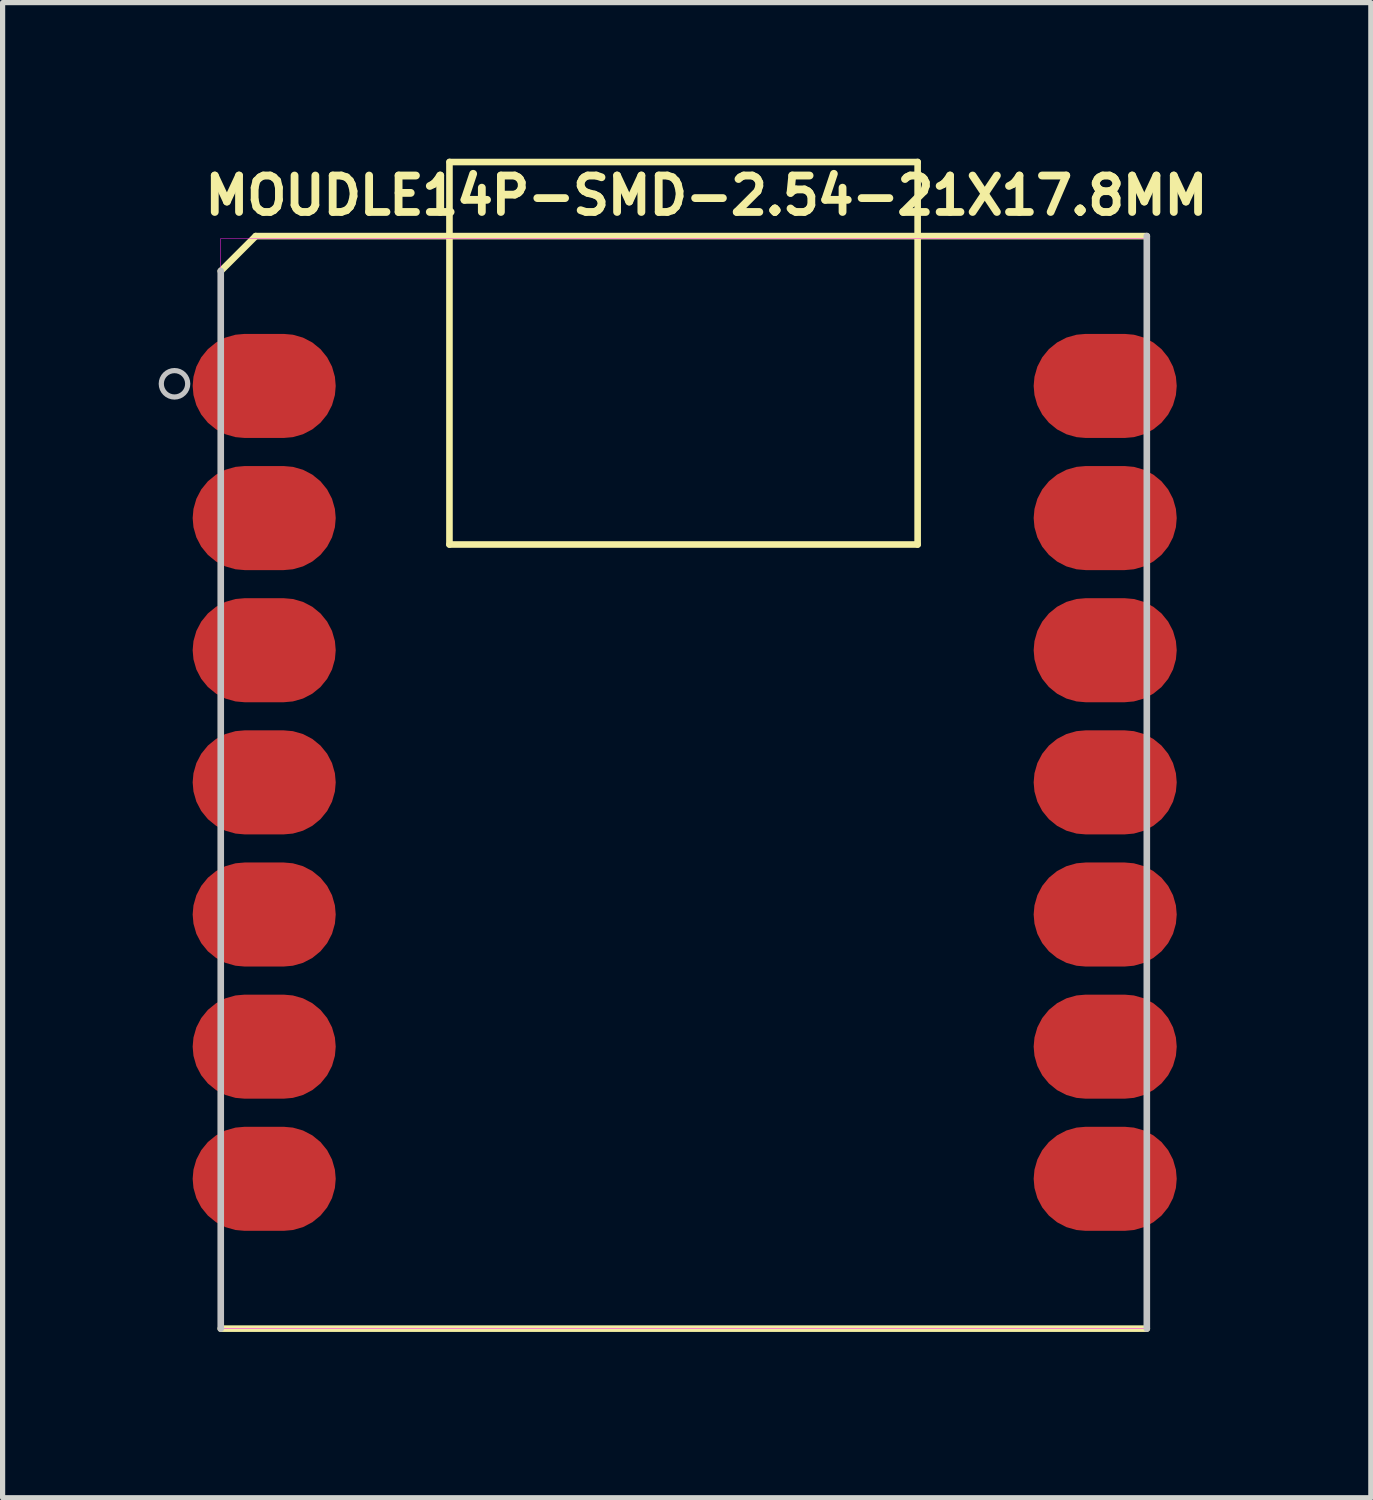
<source format=kicad_pcb>
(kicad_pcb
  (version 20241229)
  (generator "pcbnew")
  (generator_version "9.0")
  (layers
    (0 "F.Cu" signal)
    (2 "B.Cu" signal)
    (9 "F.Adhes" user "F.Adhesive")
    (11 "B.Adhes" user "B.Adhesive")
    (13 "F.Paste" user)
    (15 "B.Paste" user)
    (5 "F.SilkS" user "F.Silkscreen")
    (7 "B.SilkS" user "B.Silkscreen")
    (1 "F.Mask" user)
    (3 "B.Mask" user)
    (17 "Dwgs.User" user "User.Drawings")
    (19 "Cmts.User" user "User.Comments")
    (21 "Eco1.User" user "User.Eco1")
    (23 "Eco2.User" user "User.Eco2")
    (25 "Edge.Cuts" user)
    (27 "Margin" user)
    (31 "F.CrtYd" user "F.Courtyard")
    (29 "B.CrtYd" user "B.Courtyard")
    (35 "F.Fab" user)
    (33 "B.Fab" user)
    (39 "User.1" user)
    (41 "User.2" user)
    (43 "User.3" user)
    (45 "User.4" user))
  (footprint "MOUDLE14P-SMD-2.54-21X17.8MM"
    (layer "F.Cu")
    (at 1.193 22.488)
    (property "Reference" "MOUDLE14P-SMD-2.54-21X17.8MM" (at 9.335 -21.78 0) (layer "F.SilkS") (effects (font (size 0.7 0.7) (thickness 0.15))))
    (attr through_hole)
    (fp_line (start 0 -20.328) (end 0 -19.304) (stroke (width 0.1) (type default)) (layer "F.SilkS"))
    (fp_line (start 0 0) (end 0 -1.778) (stroke (width 0.1) (type default)) (layer "F.SilkS"))
    (fp_line (start 0 0) (end 17.8 0) (stroke (width 0.127) (type solid)) (layer "F.SilkS"))
    (fp_line (start 0.672 -21) (end 0 -20.328) (stroke (width 0.127) (type solid)) (layer "F.SilkS"))
    (fp_line (start 4.396 -15.072) (end 4.396 -22.425) (stroke (width 0.127) (type solid)) (layer "F.SilkS"))
    (fp_line (start 4.4 -22.424) (end 13.395 -22.424) (stroke (width 0.127) (type solid)) (layer "F.SilkS"))
    (fp_line (start 13.395 -22.424) (end 13.395 -15.072) (stroke (width 0.127) (type solid)) (layer "F.SilkS"))
    (fp_line (start 13.395 -15.072) (end 4.396 -15.072) (stroke (width 0.127) (type solid)) (layer "F.SilkS"))
    (fp_line (start 17.8 -21) (end 0.672 -21) (stroke (width 0.127) (type solid)) (layer "F.SilkS"))
    (fp_line (start 17.8 -21) (end 17.805 -19.126) (stroke (width 0.1) (type default)) (layer "F.SilkS"))
    (fp_line (start 17.8 0) (end 17.805 -1.905) (stroke (width 0.1) (type default)) (layer "F.SilkS"))
    (fp_line (start 0 -20.328) (end 0 0) (stroke (width 0.127) (type solid)) (layer "Dwgs.User"))
    (fp_line (start 17.8 0) (end 17.8 -21) (stroke (width 0.127) (type solid)) (layer "Dwgs.User"))
    (fp_circle (center -0.889 -18.161) (end -0.635 -18.161) (stroke (width 0.1) (type solid)) (fill no) (layer "Dwgs.User"))
    (fp_poly (pts (xy 0 -20.955) (xy 17.78 -20.955) (xy 17.78 0) (xy 0 0)) (stroke (width 0.01) (type solid)) (fill no) (layer "F.CrtYd"))
    (pad "1" smd roundrect (at 0.835 -18.12) (size 2.75 2) (layers "F.Cu" "F.Mask" "F.Paste") (roundrect_rratio 0.5))
    (pad "2" smd roundrect (at 0.835 -15.58) (size 2.75 2) (layers "F.Cu" "F.Mask" "F.Paste") (roundrect_rratio 0.5))
    (pad "3" smd roundrect (at 0.835 -13.04) (size 2.75 2) (layers "F.Cu" "F.Mask" "F.Paste") (roundrect_rratio 0.5))
    (pad "4" smd roundrect (at 0.835 -10.5) (size 2.75 2) (layers "F.Cu" "F.Mask" "F.Paste") (roundrect_rratio 0.5))
    (pad "5" smd roundrect (at 0.835 -7.96) (size 2.75 2) (layers "F.Cu" "F.Mask" "F.Paste") (roundrect_rratio 0.5))
    (pad "6" smd roundrect (at 0.835 -5.42) (size 2.75 2) (layers "F.Cu" "F.Mask" "F.Paste") (roundrect_rratio 0.5))
    (pad "7" smd roundrect (at 0.835 -2.88) (size 2.75 2) (layers "F.Cu" "F.Mask" "F.Paste") (roundrect_rratio 0.5))
    (pad "8" smd roundrect (at 17 -2.88) (size 2.75 2) (layers "F.Cu" "F.Mask" "F.Paste") (roundrect_rratio 0.5))
    (pad "9" smd roundrect (at 17 -5.42) (size 2.75 2) (layers "F.Cu" "F.Mask" "F.Paste") (roundrect_rratio 0.5))
    (pad "10" smd roundrect (at 17 -7.96) (size 2.75 2) (layers "F.Cu" "F.Mask" "F.Paste") (roundrect_rratio 0.5))
    (pad "11" smd roundrect (at 17 -10.5) (size 2.75 2) (layers "F.Cu" "F.Mask" "F.Paste") (roundrect_rratio 0.5))
    (pad "12" smd roundrect (at 17 -13.04) (size 2.75 2) (layers "F.Cu" "F.Mask" "F.Paste") (roundrect_rratio 0.5))
    (pad "13" smd roundrect (at 17 -15.58) (size 2.75 2) (layers "F.Cu" "F.Mask" "F.Paste") (roundrect_rratio 0.5))
    (pad "14" smd roundrect (at 17 -18.12) (size 2.75 2) (layers "F.Cu" "F.Mask" "F.Paste") (roundrect_rratio 0.5))
    (zone (net_name "") (layer "F.Cu") (hatch full 0.508) (connect_pads) (min_thickness 0.01) (filled_areas_thickness no) (keepout (tracks not_allowed) (vias not_allowed) (pads not_allowed) (copperpour not_allowed) (footprints allowed)) (placement (enabled no)) (fill) (polygon (pts (xy 4.178 9.725) (xy 7.098 9.725) (xy 7.098 11.757) (xy 4.178 11.757))))
    (zone (net_name "") (layer "F.Cu") (hatch full 0.508) (connect_pads) (min_thickness 0.01) (filled_areas_thickness no) (keepout (tracks not_allowed) (vias not_allowed) (pads not_allowed) (copperpour not_allowed) (footprints allowed)) (placement (enabled no)) (fill) (polygon (pts (xy 4.876 1.407) (xy 6.654 1.407) (xy 6.654 4.074) (xy 4.876 4.074))))
    (zone (net_name "") (layer "F.Cu") (hatch full 0.508) (connect_pads) (min_thickness 0.01) (filled_areas_thickness no) (keepout (tracks not_allowed) (vias not_allowed) (pads not_allowed) (copperpour not_allowed) (footprints allowed)) (placement (enabled no)) (fill) (polygon (pts (xy 4.876 5.471) (xy 6.654 5.471) (xy 6.654 8.137) (xy 4.876 8.137))))
    (zone (net_name "") (layer "F.Cu") (hatch full 0.508) (connect_pads) (min_thickness 0.01) (filled_areas_thickness no) (keepout (tracks not_allowed) (vias not_allowed) (pads not_allowed) (copperpour not_allowed) (footprints allowed)) (placement (enabled no)) (fill) (polygon (pts (xy 7.543 2.168) (xy 12.75 2.168) (xy 12.75 9.153) (xy 7.543 9.153))))
    (zone (net_name "") (layer "F.Cu") (hatch full 0.508) (connect_pads) (min_thickness 0.01) (filled_areas_thickness no) (keepout (tracks not_allowed) (vias not_allowed) (pads not_allowed) (copperpour not_allowed) (footprints allowed)) (placement (enabled no)) (fill) (polygon (pts (xy 7.543 19.314) (xy 13.258 19.314) (xy 13.258 21.854) (xy 7.543 21.854))))
    (zone (net_name "") (layer "F.Cu") (hatch full 0.508) (connect_pads) (min_thickness 0.01) (filled_areas_thickness no) (keepout (tracks not_allowed) (vias not_allowed) (pads not_allowed) (copperpour not_allowed) (footprints allowed)) (placement (enabled no)) (fill) (polygon (pts (xy 10.972 11.185) (xy 14.02 11.185) (xy 14.02 14.233) (xy 10.972 14.233))))
    (zone (net_name "") (layer "F.Cu") (hatch full 0.508) (connect_pads) (min_thickness 0.01) (filled_areas_thickness no) (keepout (tracks not_allowed) (vias not_allowed) (pads not_allowed) (copperpour not_allowed) (footprints allowed)) (placement (enabled no)) (fill) (polygon (pts (xy 13.512 1.407) (xy 15.29 1.407) (xy 15.29 4.074) (xy 13.512 4.074))))
    (zone (net_name "") (layer "F.Cu") (hatch full 0.508) (connect_pads) (min_thickness 0.01) (filled_areas_thickness no) (keepout (tracks not_allowed) (vias not_allowed) (pads not_allowed) (copperpour not_allowed) (footprints allowed)) (placement (enabled no)) (fill) (polygon (pts (xy 13.512 5.471) (xy 15.29 5.471) (xy 15.29 8.137) (xy 13.512 8.137)))))
  (gr_rect
    (start -3 -3)
    (end 23.299 25.738)
    (stroke (width 0.1) (type default))
    (fill no)
    (layer "Edge.Cuts")))
</source>
